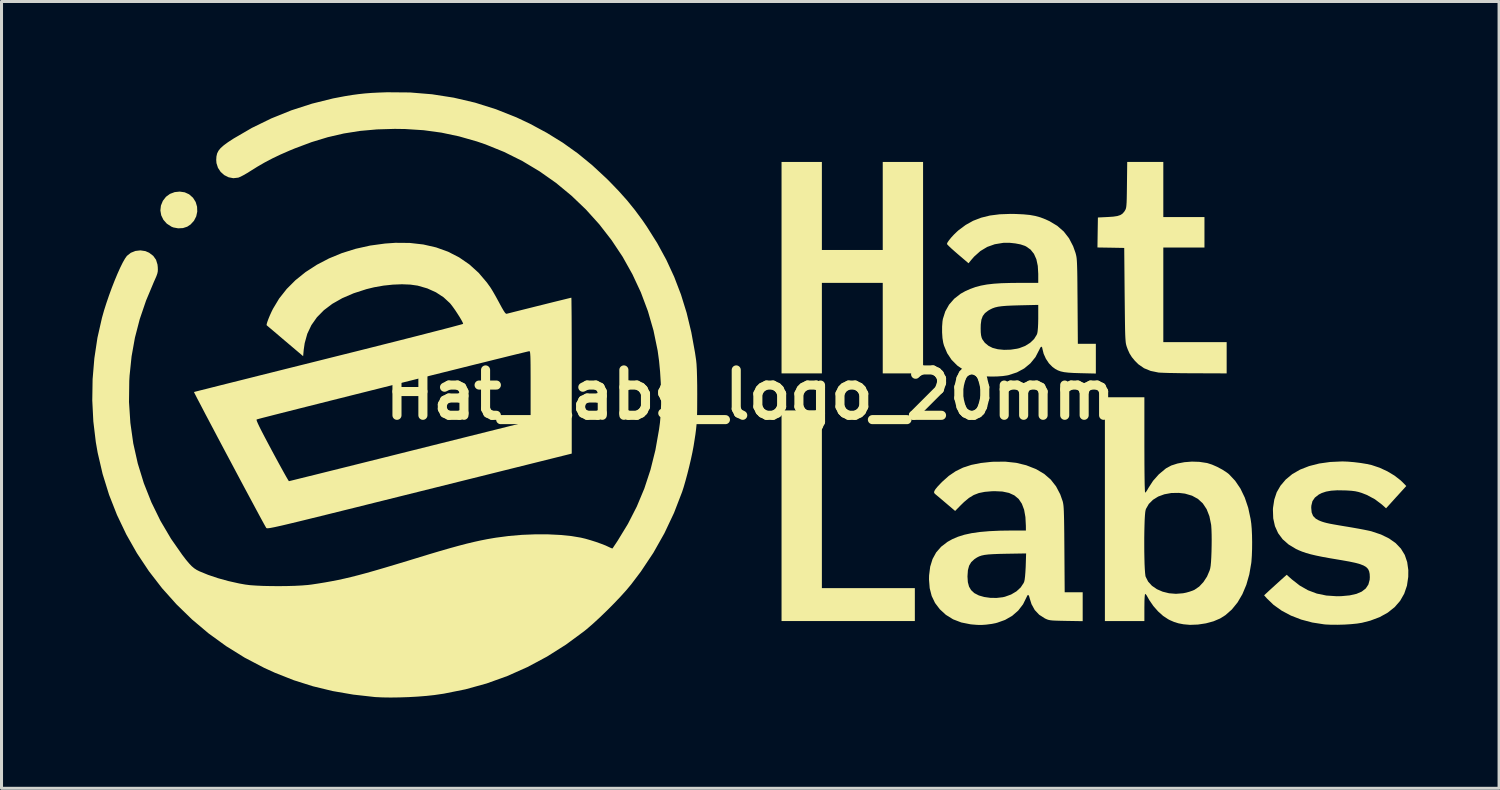
<source format=kicad_pcb>
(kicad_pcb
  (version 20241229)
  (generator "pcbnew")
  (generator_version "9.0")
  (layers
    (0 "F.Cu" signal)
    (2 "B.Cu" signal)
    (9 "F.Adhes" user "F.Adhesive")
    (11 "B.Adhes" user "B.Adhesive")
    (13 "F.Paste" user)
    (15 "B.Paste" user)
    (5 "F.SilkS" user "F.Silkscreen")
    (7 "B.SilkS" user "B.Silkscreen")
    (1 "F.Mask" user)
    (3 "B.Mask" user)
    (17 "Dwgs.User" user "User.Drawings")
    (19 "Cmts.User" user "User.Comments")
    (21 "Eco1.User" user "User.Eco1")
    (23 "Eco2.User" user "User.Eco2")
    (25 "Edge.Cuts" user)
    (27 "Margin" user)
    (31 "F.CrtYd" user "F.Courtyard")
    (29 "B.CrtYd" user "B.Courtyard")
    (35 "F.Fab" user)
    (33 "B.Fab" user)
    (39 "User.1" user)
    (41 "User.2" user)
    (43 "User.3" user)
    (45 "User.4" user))
  (footprint "Hat_Labs_logo_20mm"
    (layer "F.Cu")
    (at 21.75 9.999)
    (property "Reference" "Hat_Labs_logo_20mm" (at 0 0 0) (layer "F.SilkS") (effects (font (size 1.5 1.5) (thickness 0.3))))
    (attr board_only exclude_from_pos_files exclude_from_bom)
    (fp_poly (pts (xy 2.366 3.454) (xy 2.366 6.391) (xy 3.902 6.391) (xy 5.439 6.391) (xy 5.439 6.935) (xy 5.439 7.479) (xy 3.236 7.479) (xy 1.033 7.479) (xy 1.033 3.998) (xy 1.033 0.517) (xy 1.7 0.517) (xy 2.366 0.517)) (stroke (width 0) (type solid)) (fill yes) (layer "F.SilkS"))
    (fp_poly (pts (xy -18.694 -6.692) (xy -18.55 -6.627) (xy -18.42 -6.512) (xy -18.332 -6.372) (xy -18.286 -6.216) (xy -18.28 -6.055) (xy -18.314 -5.897) (xy -18.389 -5.751) (xy -18.502 -5.628) (xy -18.611 -5.556) (xy -18.753 -5.51) (xy -18.912 -5.502) (xy -19.069 -5.531) (xy -19.132 -5.556) (xy -19.286 -5.656) (xy -19.399 -5.784) (xy -19.471 -5.932) (xy -19.499 -6.092) (xy -19.481 -6.254) (xy -19.417 -6.411) (xy -19.313 -6.545) (xy -19.181 -6.641) (xy -19.025 -6.699) (xy -18.858 -6.716)) (stroke (width 0) (type solid)) (fill yes) (layer "F.SilkS"))
    (fp_poly (pts (xy 2.366 -6.241) (xy 2.366 -4.786) (xy 3.372 -4.786) (xy 4.378 -4.786) (xy 4.378 -6.241) (xy 4.378 -7.696) (xy 5.045 -7.696) (xy 5.711 -7.696) (xy 5.711 -4.202) (xy 5.711 -0.707) (xy 5.045 -0.707) (xy 4.378 -0.707) (xy 4.378 -2.203) (xy 4.378 -3.699) (xy 3.372 -3.699) (xy 2.366 -3.699) (xy 2.366 -2.203) (xy 2.366 -0.707) (xy 1.7 -0.707) (xy 1.033 -0.707) (xy 1.033 -4.202) (xy 1.033 -7.696) (xy 1.7 -7.696) (xy 2.366 -7.696)) (stroke (width 0) (type solid)) (fill yes) (layer "F.SilkS"))
    (fp_poly (pts (xy 13.652 -6.785) (xy 13.652 -5.874) (xy 14.332 -5.874) (xy 15.012 -5.874) (xy 15.012 -5.371) (xy 15.012 -4.868) (xy 14.332 -4.868) (xy 13.652 -4.868) (xy 13.652 -3.304) (xy 13.652 -1.74) (xy 14.699 -1.74) (xy 15.746 -1.74) (xy 15.746 -1.224) (xy 15.746 -0.707) (xy 14.706 -0.711) (xy 14.465 -0.712) (xy 14.234 -0.714) (xy 14.021 -0.718) (xy 13.833 -0.721) (xy 13.677 -0.726) (xy 13.561 -0.731) (xy 13.491 -0.735) (xy 13.489 -0.736) (xy 13.235 -0.788) (xy 13.015 -0.878) (xy 12.824 -1.011) (xy 12.715 -1.12) (xy 12.613 -1.243) (xy 12.537 -1.364) (xy 12.474 -1.504) (xy 12.438 -1.604) (xy 12.428 -1.64) (xy 12.418 -1.681) (xy 12.41 -1.732) (xy 12.404 -1.797) (xy 12.398 -1.882) (xy 12.393 -1.989) (xy 12.389 -2.125) (xy 12.386 -2.293) (xy 12.383 -2.499) (xy 12.38 -2.746) (xy 12.377 -3.039) (xy 12.374 -3.304) (xy 12.36 -4.854) (xy 11.918 -4.862) (xy 11.475 -4.869) (xy 11.482 -5.365) (xy 11.49 -5.86) (xy 11.819 -5.876) (xy 11.997 -5.888) (xy 12.131 -5.908) (xy 12.229 -5.94) (xy 12.303 -5.987) (xy 12.361 -6.053) (xy 12.386 -6.093) (xy 12.403 -6.124) (xy 12.416 -6.159) (xy 12.426 -6.206) (xy 12.433 -6.271) (xy 12.439 -6.36) (xy 12.443 -6.481) (xy 12.446 -6.64) (xy 12.449 -6.844) (xy 12.45 -6.941) (xy 12.459 -7.696) (xy 13.055 -7.696) (xy 13.652 -7.696)) (stroke (width 0) (type solid)) (fill yes) (layer "F.SilkS"))
    (fp_poly (pts (xy 13.026 1.659) (xy 13.027 1.997) (xy 13.028 2.3) (xy 13.03 2.565) (xy 13.033 2.79) (xy 13.036 2.973) (xy 13.041 3.109) (xy 13.045 3.198) (xy 13.051 3.235) (xy 13.052 3.236) (xy 13.077 3.214) (xy 13.117 3.156) (xy 13.163 3.075) (xy 13.314 2.843) (xy 13.506 2.627) (xy 13.728 2.442) (xy 13.749 2.427) (xy 13.915 2.338) (xy 14.12 2.272) (xy 14.351 2.228) (xy 14.597 2.209) (xy 14.844 2.217) (xy 15.082 2.253) (xy 15.111 2.259) (xy 15.263 2.308) (xy 15.434 2.383) (xy 15.604 2.474) (xy 15.753 2.571) (xy 15.823 2.626) (xy 16.026 2.842) (xy 16.201 3.1) (xy 16.345 3.399) (xy 16.458 3.735) (xy 16.537 4.104) (xy 16.559 4.256) (xy 16.574 4.429) (xy 16.584 4.639) (xy 16.588 4.869) (xy 16.586 5.102) (xy 16.578 5.32) (xy 16.565 5.508) (xy 16.559 5.561) (xy 16.494 5.937) (xy 16.396 6.281) (xy 16.266 6.591) (xy 16.106 6.864) (xy 15.918 7.096) (xy 15.704 7.285) (xy 15.53 7.394) (xy 15.312 7.487) (xy 15.061 7.555) (xy 14.796 7.595) (xy 14.533 7.605) (xy 14.319 7.586) (xy 14.152 7.554) (xy 14.01 7.51) (xy 13.865 7.447) (xy 13.814 7.42) (xy 13.646 7.31) (xy 13.478 7.159) (xy 13.322 6.981) (xy 13.189 6.787) (xy 13.138 6.696) (xy 13.099 6.628) (xy 13.065 6.587) (xy 13.053 6.581) (xy 13.043 6.607) (xy 13.035 6.683) (xy 13.029 6.802) (xy 13.027 6.96) (xy 13.026 7.03) (xy 13.026 7.479) (xy 12.374 7.479) (xy 11.721 7.479) (xy 11.721 4.959) (xy 13.022 4.959) (xy 13.023 5.181) (xy 13.027 5.394) (xy 13.032 5.589) (xy 13.04 5.757) (xy 13.05 5.892) (xy 13.061 5.985) (xy 13.069 6.016) (xy 13.151 6.176) (xy 13.276 6.313) (xy 13.438 6.425) (xy 13.629 6.508) (xy 13.842 6.561) (xy 14.069 6.579) (xy 14.303 6.561) (xy 14.407 6.54) (xy 14.518 6.509) (xy 14.624 6.472) (xy 14.683 6.446) (xy 14.839 6.339) (xy 14.979 6.189) (xy 15.097 6.008) (xy 15.183 5.806) (xy 15.203 5.735) (xy 15.217 5.651) (xy 15.229 5.524) (xy 15.238 5.365) (xy 15.245 5.183) (xy 15.249 4.99) (xy 15.251 4.798) (xy 15.249 4.616) (xy 15.244 4.455) (xy 15.236 4.327) (xy 15.231 4.286) (xy 15.175 4.013) (xy 15.084 3.781) (xy 14.958 3.591) (xy 14.797 3.442) (xy 14.601 3.335) (xy 14.368 3.267) (xy 14.169 3.243) (xy 13.917 3.247) (xy 13.687 3.289) (xy 13.482 3.364) (xy 13.309 3.472) (xy 13.173 3.608) (xy 13.08 3.77) (xy 13.069 3.802) (xy 13.056 3.868) (xy 13.045 3.981) (xy 13.036 4.132) (xy 13.03 4.313) (xy 13.025 4.517) (xy 13.022 4.735) (xy 13.022 4.959) (xy 11.721 4.959) (xy 11.721 3.78) (xy 11.721 0.082) (xy 12.374 0.082) (xy 13.026 0.082)) (stroke (width 0) (type solid)) (fill yes) (layer "F.SilkS"))
    (fp_poly (pts (xy 19.572 2.203) (xy 19.754 2.21) (xy 19.962 2.228) (xy 20.175 2.254) (xy 20.373 2.287) (xy 20.538 2.323) (xy 20.541 2.324) (xy 20.801 2.411) (xy 21.056 2.529) (xy 21.293 2.671) (xy 21.495 2.828) (xy 21.563 2.893) (xy 21.683 3.016) (xy 21.577 3.133) (xy 21.515 3.201) (xy 21.429 3.296) (xy 21.33 3.404) (xy 21.243 3.501) (xy 21.015 3.752) (xy 20.878 3.629) (xy 20.645 3.453) (xy 20.377 3.31) (xy 20.208 3.244) (xy 20.1 3.211) (xy 19.992 3.188) (xy 19.869 3.173) (xy 19.713 3.163) (xy 19.652 3.161) (xy 19.404 3.157) (xy 19.2 3.17) (xy 19.032 3.2) (xy 18.888 3.248) (xy 18.789 3.299) (xy 18.661 3.399) (xy 18.581 3.517) (xy 18.545 3.664) (xy 18.541 3.734) (xy 18.555 3.889) (xy 18.603 4.007) (xy 18.691 4.095) (xy 18.774 4.143) (xy 18.838 4.171) (xy 18.901 4.195) (xy 18.971 4.217) (xy 19.055 4.239) (xy 19.16 4.262) (xy 19.295 4.287) (xy 19.467 4.317) (xy 19.682 4.353) (xy 19.757 4.365) (xy 19.944 4.397) (xy 20.123 4.429) (xy 20.286 4.46) (xy 20.419 4.487) (xy 20.513 4.508) (xy 20.532 4.513) (xy 20.848 4.619) (xy 21.115 4.75) (xy 21.334 4.905) (xy 21.506 5.086) (xy 21.633 5.294) (xy 21.713 5.53) (xy 21.75 5.795) (xy 21.748 6.019) (xy 21.705 6.31) (xy 21.615 6.574) (xy 21.479 6.812) (xy 21.298 7.02) (xy 21.072 7.2) (xy 20.804 7.349) (xy 20.493 7.466) (xy 20.219 7.536) (xy 20.058 7.562) (xy 19.858 7.582) (xy 19.637 7.596) (xy 19.41 7.602) (xy 19.194 7.601) (xy 19.005 7.592) (xy 18.961 7.587) (xy 18.574 7.527) (xy 18.209 7.43) (xy 17.871 7.299) (xy 17.565 7.136) (xy 17.297 6.945) (xy 17.079 6.735) (xy 16.984 6.628) (xy 17.16 6.465) (xy 17.267 6.368) (xy 17.391 6.255) (xy 17.509 6.148) (xy 17.533 6.126) (xy 17.73 5.95) (xy 17.898 6.1) (xy 18.16 6.305) (xy 18.434 6.461) (xy 18.726 6.571) (xy 19.041 6.636) (xy 19.385 6.659) (xy 19.54 6.656) (xy 19.811 6.631) (xy 20.035 6.581) (xy 20.212 6.505) (xy 20.344 6.402) (xy 20.43 6.272) (xy 20.473 6.114) (xy 20.478 6.029) (xy 20.473 5.923) (xy 20.455 5.834) (xy 20.42 5.76) (xy 20.361 5.698) (xy 20.275 5.645) (xy 20.156 5.598) (xy 20 5.555) (xy 19.801 5.513) (xy 19.555 5.469) (xy 19.453 5.452) (xy 19.157 5.402) (xy 18.908 5.357) (xy 18.699 5.314) (xy 18.522 5.272) (xy 18.371 5.229) (xy 18.239 5.184) (xy 18.118 5.134) (xy 18.039 5.097) (xy 17.795 4.95) (xy 17.597 4.776) (xy 17.446 4.573) (xy 17.342 4.342) (xy 17.285 4.085) (xy 17.275 3.8) (xy 17.278 3.739) (xy 17.32 3.465) (xy 17.4 3.223) (xy 17.525 3.006) (xy 17.697 2.803) (xy 17.701 2.799) (xy 17.916 2.621) (xy 18.174 2.473) (xy 18.471 2.357) (xy 18.804 2.272) (xy 19.169 2.221) (xy 19.564 2.203)) (stroke (width 0) (type solid)) (fill yes) (layer "F.SilkS"))
    (fp_poly (pts (xy 8.789 2.249) (xy 9.119 2.329) (xy 9.433 2.452) (xy 9.46 2.465) (xy 9.715 2.616) (xy 9.931 2.803) (xy 10.107 3.028) (xy 10.245 3.291) (xy 10.326 3.522) (xy 10.336 3.564) (xy 10.345 3.614) (xy 10.353 3.676) (xy 10.359 3.756) (xy 10.364 3.858) (xy 10.368 3.987) (xy 10.372 4.148) (xy 10.375 4.345) (xy 10.378 4.584) (xy 10.38 4.869) (xy 10.382 5.106) (xy 10.392 6.527) (xy 10.689 6.527) (xy 10.987 6.527) (xy 10.987 7.005) (xy 10.987 7.483) (xy 10.436 7.474) (xy 10.249 7.47) (xy 10.107 7.466) (xy 10.001 7.461) (xy 9.923 7.453) (xy 9.863 7.442) (xy 9.813 7.426) (xy 9.763 7.404) (xy 9.736 7.391) (xy 9.55 7.271) (xy 9.402 7.114) (xy 9.296 6.922) (xy 9.243 6.753) (xy 9.216 6.658) (xy 9.191 6.616) (xy 9.164 6.625) (xy 9.135 6.683) (xy 9.016 6.925) (xy 8.855 7.134) (xy 8.656 7.307) (xy 8.421 7.442) (xy 8.154 7.537) (xy 7.963 7.576) (xy 7.793 7.598) (xy 7.649 7.608) (xy 7.506 7.606) (xy 7.342 7.593) (xy 7.276 7.586) (xy 6.975 7.526) (xy 6.704 7.422) (xy 6.464 7.273) (xy 6.264 7.089) (xy 6.107 6.882) (xy 5.996 6.651) (xy 5.93 6.393) (xy 5.907 6.105) (xy 5.909 6.005) (xy 7.179 6.005) (xy 7.191 6.193) (xy 7.23 6.34) (xy 7.299 6.457) (xy 7.402 6.553) (xy 7.413 6.56) (xy 7.555 6.633) (xy 7.733 6.684) (xy 7.933 6.712) (xy 8.142 6.715) (xy 8.344 6.692) (xy 8.418 6.675) (xy 8.621 6.602) (xy 8.797 6.498) (xy 8.938 6.368) (xy 9.036 6.22) (xy 9.055 6.173) (xy 9.069 6.11) (xy 9.082 6.004) (xy 9.093 5.867) (xy 9.102 5.709) (xy 9.104 5.661) (xy 9.117 5.244) (xy 8.454 5.255) (xy 8.214 5.26) (xy 8.021 5.268) (xy 7.867 5.278) (xy 7.744 5.293) (xy 7.646 5.314) (xy 7.564 5.342) (xy 7.491 5.379) (xy 7.42 5.426) (xy 7.406 5.436) (xy 7.303 5.531) (xy 7.233 5.649) (xy 7.193 5.798) (xy 7.18 5.988) (xy 7.179 6.005) (xy 5.909 6.005) (xy 5.91 5.969) (xy 5.946 5.683) (xy 6.024 5.43) (xy 6.144 5.211) (xy 6.309 5.022) (xy 6.519 4.861) (xy 6.679 4.772) (xy 6.866 4.692) (xy 7.077 4.626) (xy 7.317 4.574) (xy 7.59 4.535) (xy 7.901 4.508) (xy 8.257 4.492) (xy 8.641 4.487) (xy 9.11 4.487) (xy 9.109 4.331) (xy 9.094 4.043) (xy 9.051 3.8) (xy 8.976 3.601) (xy 8.87 3.443) (xy 8.728 3.325) (xy 8.551 3.244) (xy 8.334 3.198) (xy 8.077 3.186) (xy 7.978 3.189) (xy 7.748 3.209) (xy 7.555 3.248) (xy 7.386 3.313) (xy 7.228 3.409) (xy 7.067 3.543) (xy 6.955 3.652) (xy 6.771 3.84) (xy 6.456 3.572) (xy 6.343 3.476) (xy 6.242 3.39) (xy 6.161 3.323) (xy 6.11 3.28) (xy 6.098 3.27) (xy 6.075 3.236) (xy 6.081 3.188) (xy 6.12 3.121) (xy 6.194 3.031) (xy 6.307 2.912) (xy 6.35 2.869) (xy 6.562 2.68) (xy 6.788 2.527) (xy 7.033 2.407) (xy 7.306 2.318) (xy 7.612 2.256) (xy 7.96 2.218) (xy 8.05 2.213) (xy 8.434 2.211)) (stroke (width 0) (type solid)) (fill yes) (layer "F.SilkS"))
    (fp_poly (pts (xy 8.777 -5.976) (xy 9.028 -5.964) (xy 9.238 -5.944) (xy 9.421 -5.911) (xy 9.59 -5.864) (xy 9.758 -5.799) (xy 9.894 -5.736) (xy 10.147 -5.584) (xy 10.361 -5.397) (xy 10.535 -5.173) (xy 10.671 -4.911) (xy 10.745 -4.704) (xy 10.759 -4.657) (xy 10.77 -4.612) (xy 10.78 -4.562) (xy 10.788 -4.503) (xy 10.794 -4.431) (xy 10.799 -4.34) (xy 10.803 -4.224) (xy 10.807 -4.08) (xy 10.81 -3.901) (xy 10.812 -3.684) (xy 10.814 -3.422) (xy 10.817 -3.112) (xy 10.817 -3.093) (xy 10.827 -1.686) (xy 11.125 -1.686) (xy 11.422 -1.686) (xy 11.422 -1.194) (xy 11.422 -0.702) (xy 10.912 -0.714) (xy 10.69 -0.721) (xy 10.513 -0.732) (xy 10.373 -0.748) (xy 10.26 -0.773) (xy 10.165 -0.808) (xy 10.079 -0.855) (xy 9.994 -0.917) (xy 9.985 -0.924) (xy 9.871 -1.04) (xy 9.771 -1.19) (xy 9.697 -1.354) (xy 9.662 -1.494) (xy 9.645 -1.57) (xy 9.62 -1.592) (xy 9.588 -1.561) (xy 9.548 -1.48) (xy 9.425 -1.243) (xy 9.259 -1.04) (xy 9.055 -0.871) (xy 8.815 -0.741) (xy 8.542 -0.651) (xy 8.49 -0.64) (xy 8.345 -0.619) (xy 8.167 -0.606) (xy 7.976 -0.602) (xy 7.792 -0.608) (xy 7.634 -0.622) (xy 7.608 -0.626) (xy 7.322 -0.699) (xy 7.065 -0.813) (xy 6.842 -0.966) (xy 6.654 -1.155) (xy 6.507 -1.376) (xy 6.403 -1.626) (xy 6.377 -1.72) (xy 6.352 -1.875) (xy 6.34 -2.06) (xy 6.34 -2.207) (xy 7.615 -2.207) (xy 7.617 -2.068) (xy 7.628 -1.966) (xy 7.647 -1.888) (xy 7.67 -1.834) (xy 7.752 -1.719) (xy 7.873 -1.619) (xy 8.009 -1.55) (xy 8.183 -1.505) (xy 8.387 -1.485) (xy 8.605 -1.491) (xy 8.818 -1.523) (xy 8.892 -1.541) (xy 9.084 -1.614) (xy 9.249 -1.717) (xy 9.38 -1.842) (xy 9.468 -1.983) (xy 9.487 -2.036) (xy 9.498 -2.103) (xy 9.508 -2.213) (xy 9.515 -2.354) (xy 9.518 -2.514) (xy 9.518 -2.556) (xy 9.518 -2.971) (xy 8.9 -2.957) (xy 8.661 -2.95) (xy 8.469 -2.941) (xy 8.315 -2.928) (xy 8.191 -2.911) (xy 8.088 -2.887) (xy 8 -2.855) (xy 7.918 -2.814) (xy 7.864 -2.782) (xy 7.758 -2.701) (xy 7.685 -2.605) (xy 7.639 -2.483) (xy 7.618 -2.325) (xy 7.615 -2.207) (xy 6.34 -2.207) (xy 6.34 -2.251) (xy 6.353 -2.426) (xy 6.366 -2.507) (xy 6.445 -2.756) (xy 6.571 -2.98) (xy 6.742 -3.176) (xy 6.953 -3.34) (xy 7.102 -3.423) (xy 7.27 -3.498) (xy 7.44 -3.56) (xy 7.621 -3.608) (xy 7.82 -3.645) (xy 8.045 -3.671) (xy 8.302 -3.688) (xy 8.6 -3.696) (xy 8.872 -3.699) (xy 9.518 -3.699) (xy 9.518 -3.997) (xy 9.503 -4.26) (xy 9.456 -4.48) (xy 9.376 -4.659) (xy 9.264 -4.799) (xy 9.116 -4.903) (xy 9.072 -4.924) (xy 8.934 -4.97) (xy 8.763 -5.003) (xy 8.579 -5.023) (xy 8.402 -5.024) (xy 8.361 -5.022) (xy 8.081 -4.976) (xy 7.831 -4.887) (xy 7.605 -4.751) (xy 7.399 -4.567) (xy 7.298 -4.451) (xy 7.214 -4.347) (xy 6.857 -4.651) (xy 6.74 -4.753) (xy 6.639 -4.843) (xy 6.561 -4.917) (xy 6.513 -4.967) (xy 6.5 -4.986) (xy 6.519 -5.036) (xy 6.571 -5.111) (xy 6.646 -5.203) (xy 6.738 -5.302) (xy 6.838 -5.398) (xy 6.889 -5.443) (xy 7.12 -5.614) (xy 7.365 -5.751) (xy 7.63 -5.853) (xy 7.921 -5.925) (xy 8.245 -5.966) (xy 8.608 -5.979)) (stroke (width 0) (type solid)) (fill yes) (layer "F.SilkS"))
    (fp_poly (pts (xy -11.256 -5.019) (xy -10.807 -4.968) (xy -10.384 -4.871) (xy -9.989 -4.729) (xy -9.623 -4.541) (xy -9.286 -4.309) (xy -8.98 -4.032) (xy -8.706 -3.71) (xy -8.585 -3.541) (xy -8.534 -3.459) (xy -8.466 -3.343) (xy -8.389 -3.206) (xy -8.311 -3.063) (xy -8.29 -3.024) (xy -8.211 -2.878) (xy -8.151 -2.776) (xy -8.108 -2.712) (xy -8.076 -2.681) (xy -8.054 -2.677) (xy -8.015 -2.687) (xy -7.931 -2.708) (xy -7.81 -2.739) (xy -7.658 -2.777) (xy -7.483 -2.821) (xy -7.29 -2.869) (xy -7.087 -2.92) (xy -6.881 -2.971) (xy -6.678 -3.022) (xy -6.486 -3.07) (xy -6.31 -3.113) (xy -6.159 -3.15) (xy -6.038 -3.18) (xy -5.956 -3.2) (xy -5.917 -3.209) (xy -5.915 -3.209) (xy -5.913 -3.182) (xy -5.911 -3.105) (xy -5.91 -2.981) (xy -5.908 -2.814) (xy -5.906 -2.607) (xy -5.905 -2.365) (xy -5.904 -2.09) (xy -5.903 -1.788) (xy -5.902 -1.461) (xy -5.902 -1.113) (xy -5.902 -0.748) (xy -5.902 -0.632) (xy -5.902 1.944) (xy -10.934 3.198) (xy -11.54 3.349) (xy -12.094 3.487) (xy -12.601 3.613) (xy -13.061 3.728) (xy -13.477 3.831) (xy -13.852 3.924) (xy -14.187 4.007) (xy -14.485 4.08) (xy -14.748 4.145) (xy -14.978 4.201) (xy -15.178 4.249) (xy -15.349 4.29) (xy -15.494 4.324) (xy -15.616 4.351) (xy -15.715 4.373) (xy -15.796 4.389) (xy -15.859 4.401) (xy -15.907 4.408) (xy -15.942 4.412) (xy -15.967 4.412) (xy -15.983 4.41) (xy -15.993 4.406) (xy -16 4.4) (xy -16.003 4.395) (xy -16.03 4.348) (xy -16.08 4.259) (xy -16.149 4.132) (xy -16.236 3.972) (xy -16.338 3.782) (xy -16.454 3.566) (xy -16.581 3.329) (xy -16.718 3.074) (xy -16.861 2.806) (xy -17.009 2.528) (xy -17.159 2.245) (xy -17.311 1.961) (xy -17.46 1.68) (xy -17.606 1.405) (xy -17.745 1.141) (xy -17.877 0.892) (xy -17.907 0.834) (xy -16.32 0.834) (xy -16.306 0.879) (xy -16.275 0.952) (xy -16.225 1.058) (xy -16.154 1.199) (xy -16.061 1.378) (xy -15.944 1.599) (xy -15.812 1.847) (xy -15.696 2.062) (xy -15.588 2.261) (xy -15.49 2.439) (xy -15.405 2.593) (xy -15.336 2.715) (xy -15.285 2.802) (xy -15.256 2.849) (xy -15.25 2.855) (xy -15.222 2.849) (xy -15.143 2.83) (xy -15.018 2.799) (xy -14.849 2.757) (xy -14.639 2.705) (xy -14.39 2.644) (xy -14.106 2.573) (xy -13.789 2.494) (xy -13.443 2.408) (xy -13.07 2.315) (xy -12.673 2.216) (xy -12.256 2.112) (xy -11.82 2.003) (xy -11.369 1.89) (xy -11.245 1.859) (xy -7.261 0.863) (xy -7.261 -0.289) (xy -7.261 -0.572) (xy -7.262 -0.805) (xy -7.263 -0.994) (xy -7.265 -1.141) (xy -7.268 -1.254) (xy -7.273 -1.335) (xy -7.278 -1.389) (xy -7.285 -1.422) (xy -7.294 -1.438) (xy -7.303 -1.441) (xy -7.334 -1.435) (xy -7.415 -1.416) (xy -7.542 -1.385) (xy -7.712 -1.344) (xy -7.921 -1.293) (xy -8.166 -1.232) (xy -8.443 -1.164) (xy -8.751 -1.087) (xy -9.084 -1.005) (xy -9.44 -0.916) (xy -9.816 -0.822) (xy -10.207 -0.725) (xy -10.612 -0.624) (xy -11.026 -0.52) (xy -11.446 -0.415) (xy -11.869 -0.309) (xy -12.292 -0.203) (xy -12.711 -0.098) (xy -13.122 0.005) (xy -13.524 0.106) (xy -13.911 0.203) (xy -14.282 0.297) (xy -14.632 0.385) (xy -14.958 0.467) (xy -15.257 0.543) (xy -15.526 0.611) (xy -15.762 0.671) (xy -15.96 0.722) (xy -16.118 0.762) (xy -16.232 0.792) (xy -16.299 0.811) (xy -16.317 0.816) (xy -16.32 0.834) (xy -17.907 0.834) (xy -17.998 0.663) (xy -18.106 0.456) (xy -18.2 0.276) (xy -18.278 0.128) (xy -18.336 0.014) (xy -18.374 -0.06) (xy -18.388 -0.091) (xy -18.388 -0.091) (xy -18.36 -0.099) (xy -18.282 -0.119) (xy -18.157 -0.151) (xy -17.987 -0.193) (xy -17.775 -0.247) (xy -17.525 -0.31) (xy -17.238 -0.382) (xy -16.917 -0.462) (xy -16.566 -0.55) (xy -16.186 -0.646) (xy -15.781 -0.747) (xy -15.354 -0.854) (xy -14.906 -0.966) (xy -14.441 -1.082) (xy -13.962 -1.202) (xy -13.931 -1.21) (xy -13.451 -1.33) (xy -12.985 -1.446) (xy -12.537 -1.559) (xy -12.109 -1.667) (xy -11.703 -1.769) (xy -11.323 -1.866) (xy -10.971 -1.955) (xy -10.65 -2.038) (xy -10.362 -2.112) (xy -10.11 -2.177) (xy -9.897 -2.232) (xy -9.727 -2.278) (xy -9.6 -2.312) (xy -9.521 -2.334) (xy -9.491 -2.345) (xy -9.491 -2.345) (xy -9.506 -2.389) (xy -9.546 -2.466) (xy -9.605 -2.566) (xy -9.677 -2.679) (xy -9.753 -2.795) (xy -9.829 -2.902) (xy -9.896 -2.99) (xy -9.927 -3.027) (xy -10.139 -3.223) (xy -10.39 -3.387) (xy -10.676 -3.516) (xy -10.989 -3.606) (xy -10.996 -3.608) (xy -11.237 -3.642) (xy -11.513 -3.653) (xy -11.814 -3.641) (xy -12.126 -3.608) (xy -12.436 -3.553) (xy -12.686 -3.492) (xy -13.111 -3.355) (xy -13.487 -3.193) (xy -13.815 -3.007) (xy -14.094 -2.796) (xy -14.325 -2.561) (xy -14.508 -2.301) (xy -14.643 -2.016) (xy -14.729 -1.706) (xy -14.761 -1.487) (xy -14.78 -1.276) (xy -15.379 -1.783) (xy -15.532 -1.913) (xy -15.671 -2.032) (xy -15.792 -2.134) (xy -15.888 -2.215) (xy -15.954 -2.271) (xy -15.985 -2.298) (xy -15.987 -2.299) (xy -15.986 -2.332) (xy -15.966 -2.403) (xy -15.93 -2.502) (xy -15.882 -2.619) (xy -15.826 -2.743) (xy -15.778 -2.84) (xy -15.574 -3.18) (xy -15.323 -3.498) (xy -15.029 -3.792) (xy -14.696 -4.059) (xy -14.326 -4.298) (xy -13.925 -4.507) (xy -13.496 -4.684) (xy -13.041 -4.826) (xy -12.566 -4.932) (xy -12.074 -4.999) (xy -11.732 -5.023)) (stroke (width 0) (type solid)) (fill yes) (layer "F.SilkS"))
    (fp_poly (pts (xy -11.25 -9.993) (xy -10.521 -9.933) (xy -9.803 -9.821) (xy -9.097 -9.656) (xy -8.406 -9.438) (xy -7.729 -9.169) (xy -7.288 -8.961) (xy -6.723 -8.657) (xy -6.197 -8.332) (xy -5.701 -7.978) (xy -5.223 -7.586) (xy -4.753 -7.15) (xy -4.662 -7.06) (xy -4.349 -6.735) (xy -4.07 -6.423) (xy -3.815 -6.108) (xy -3.57 -5.777) (xy -3.42 -5.558) (xy -3.076 -5.012) (xy -2.775 -4.46) (xy -2.515 -3.897) (xy -2.292 -3.315) (xy -2.104 -2.708) (xy -1.95 -2.069) (xy -1.827 -1.392) (xy -1.79 -1.142) (xy -1.777 -1.011) (xy -1.767 -0.827) (xy -1.76 -0.592) (xy -1.755 -0.305) (xy -1.754 -0.000001) (xy -1.755 0.267) (xy -1.756 0.49) (xy -1.76 0.679) (xy -1.767 0.844) (xy -1.778 0.997) (xy -1.793 1.146) (xy -1.813 1.303) (xy -1.84 1.478) (xy -1.872 1.681) (xy -1.88 1.727) (xy -1.915 1.911) (xy -1.962 2.13) (xy -2.018 2.368) (xy -2.079 2.611) (xy -2.142 2.844) (xy -2.202 3.052) (xy -2.253 3.209) (xy -2.521 3.904) (xy -2.838 4.575) (xy -3.203 5.222) (xy -3.618 5.845) (xy -3.936 6.265) (xy -4.096 6.457) (xy -4.29 6.672) (xy -4.507 6.9) (xy -4.737 7.131) (xy -4.969 7.355) (xy -5.194 7.562) (xy -5.402 7.742) (xy -5.493 7.816) (xy -6.094 8.259) (xy -6.718 8.653) (xy -7.364 8.999) (xy -8.03 9.296) (xy -8.714 9.542) (xy -9.415 9.736) (xy -10.129 9.879) (xy -10.443 9.925) (xy -10.702 9.953) (xy -10.989 9.976) (xy -11.292 9.993) (xy -11.597 10.003) (xy -11.89 10.007) (xy -12.158 10.003) (xy -12.387 9.992) (xy -12.414 9.99) (xy -13.126 9.91) (xy -13.804 9.793) (xy -14.456 9.635) (xy -15.089 9.435) (xy -15.709 9.19) (xy -16.067 9.027) (xy -16.711 8.69) (xy -17.324 8.309) (xy -17.906 7.887) (xy -18.454 7.425) (xy -18.966 6.927) (xy -19.442 6.395) (xy -19.878 5.831) (xy -20.273 5.237) (xy -20.625 4.617) (xy -20.933 3.972) (xy -21.195 3.305) (xy -21.408 2.618) (xy -21.572 1.914) (xy -21.633 1.564) (xy -21.715 0.879) (xy -21.75 0.183) (xy -21.739 -0.515) (xy -21.681 -1.207) (xy -21.579 -1.885) (xy -21.43 -2.541) (xy -21.426 -2.556) (xy -21.36 -2.79) (xy -21.282 -3.035) (xy -21.196 -3.286) (xy -21.105 -3.535) (xy -21.011 -3.775) (xy -20.918 -3.998) (xy -20.828 -4.199) (xy -20.744 -4.369) (xy -20.669 -4.501) (xy -20.607 -4.589) (xy -20.604 -4.592) (xy -20.477 -4.693) (xy -20.324 -4.754) (xy -20.159 -4.773) (xy -19.995 -4.749) (xy -19.872 -4.696) (xy -19.734 -4.591) (xy -19.643 -4.463) (xy -19.594 -4.304) (xy -19.585 -4.217) (xy -19.582 -4.137) (xy -19.586 -4.07) (xy -19.601 -4.003) (xy -19.629 -3.923) (xy -19.676 -3.815) (xy -19.713 -3.732) (xy -19.972 -3.114) (xy -20.181 -2.501) (xy -20.34 -1.888) (xy -20.451 -1.268) (xy -20.517 -0.632) (xy -20.527 -0.462) (xy -20.536 0.238) (xy -20.491 0.928) (xy -20.395 1.607) (xy -20.246 2.272) (xy -20.046 2.922) (xy -19.796 3.554) (xy -19.496 4.167) (xy -19.147 4.759) (xy -18.777 5.289) (xy -18.654 5.45) (xy -18.552 5.572) (xy -18.465 5.664) (xy -18.382 5.734) (xy -18.298 5.789) (xy -18.207 5.835) (xy -17.922 5.952) (xy -17.599 6.061) (xy -17.252 6.157) (xy -16.899 6.236) (xy -16.692 6.273) (xy -16.534 6.293) (xy -16.333 6.307) (xy -16.099 6.318) (xy -15.844 6.323) (xy -15.577 6.325) (xy -15.311 6.322) (xy -15.056 6.315) (xy -14.823 6.303) (xy -14.623 6.287) (xy -14.508 6.273) (xy -14.277 6.238) (xy -14.057 6.202) (xy -13.845 6.164) (xy -13.633 6.123) (xy -13.418 6.076) (xy -13.193 6.023) (xy -12.953 5.962) (xy -12.692 5.892) (xy -12.406 5.811) (xy -12.088 5.718) (xy -11.733 5.612) (xy -11.335 5.492) (xy -11.028 5.398) (xy -10.62 5.273) (xy -10.257 5.165) (xy -9.934 5.072) (xy -9.644 4.992) (xy -9.381 4.923) (xy -9.139 4.865) (xy -8.912 4.815) (xy -8.694 4.772) (xy -8.48 4.735) (xy -8.399 4.722) (xy -7.98 4.667) (xy -7.548 4.63) (xy -7.115 4.613) (xy -6.691 4.613) (xy -6.286 4.633) (xy -5.912 4.67) (xy -5.602 4.722) (xy -5.454 4.757) (xy -5.283 4.806) (xy -5.103 4.863) (xy -4.932 4.924) (xy -4.785 4.981) (xy -4.697 5.022) (xy -4.622 5.057) (xy -4.57 5.078) (xy -4.556 5.08) (xy -4.538 5.056) (xy -4.498 4.995) (xy -4.44 4.909) (xy -4.386 4.827) (xy -4.045 4.268) (xy -3.751 3.693) (xy -3.502 3.097) (xy -3.298 2.476) (xy -3.136 1.827) (xy -3.016 1.146) (xy -2.986 0.925) (xy -2.961 0.639) (xy -2.948 0.314) (xy -2.947 -0.038) (xy -2.959 -0.404) (xy -2.982 -0.77) (xy -3.016 -1.124) (xy -3.061 -1.452) (xy -3.064 -1.469) (xy -3.199 -2.124) (xy -3.384 -2.764) (xy -3.617 -3.385) (xy -3.897 -3.985) (xy -4.22 -4.562) (xy -4.586 -5.112) (xy -4.991 -5.634) (xy -5.434 -6.125) (xy -5.912 -6.582) (xy -6.423 -7.004) (xy -6.966 -7.386) (xy -7.537 -7.728) (xy -8.135 -8.026) (xy -8.757 -8.278) (xy -9.042 -8.375) (xy -9.628 -8.542) (xy -10.209 -8.665) (xy -10.797 -8.745) (xy -11.405 -8.784) (xy -11.748 -8.789) (xy -12.338 -8.772) (xy -12.897 -8.722) (xy -13.435 -8.637) (xy -13.966 -8.514) (xy -14.499 -8.352) (xy -15.047 -8.147) (xy -15.229 -8.072) (xy -15.533 -7.939) (xy -15.8 -7.811) (xy -16.048 -7.681) (xy -16.293 -7.539) (xy -16.506 -7.406) (xy -16.631 -7.328) (xy -16.749 -7.26) (xy -16.849 -7.208) (xy -16.919 -7.179) (xy -16.925 -7.177) (xy -17.088 -7.159) (xy -17.244 -7.189) (xy -17.386 -7.26) (xy -17.506 -7.366) (xy -17.595 -7.501) (xy -17.645 -7.657) (xy -17.653 -7.761) (xy -17.646 -7.877) (xy -17.623 -7.977) (xy -17.578 -8.067) (xy -17.507 -8.155) (xy -17.404 -8.246) (xy -17.264 -8.349) (xy -17.08 -8.469) (xy -16.473 -8.822) (xy -15.834 -9.134) (xy -15.17 -9.402) (xy -14.486 -9.623) (xy -13.79 -9.796) (xy -13.406 -9.869) (xy -13.169 -9.908) (xy -12.953 -9.937) (xy -12.744 -9.96) (xy -12.527 -9.977) (xy -12.287 -9.989) (xy -12.009 -9.999) (xy -11.99 -9.999)) (stroke (width 0) (type solid)) (fill yes) (layer "F.SilkS")))
  (gr_rect
    (start -3 -3)
    (end 46.5 23.006)
    (stroke (width 0.1) (type default))
    (fill no)
    (layer "Edge.Cuts")))
</source>
